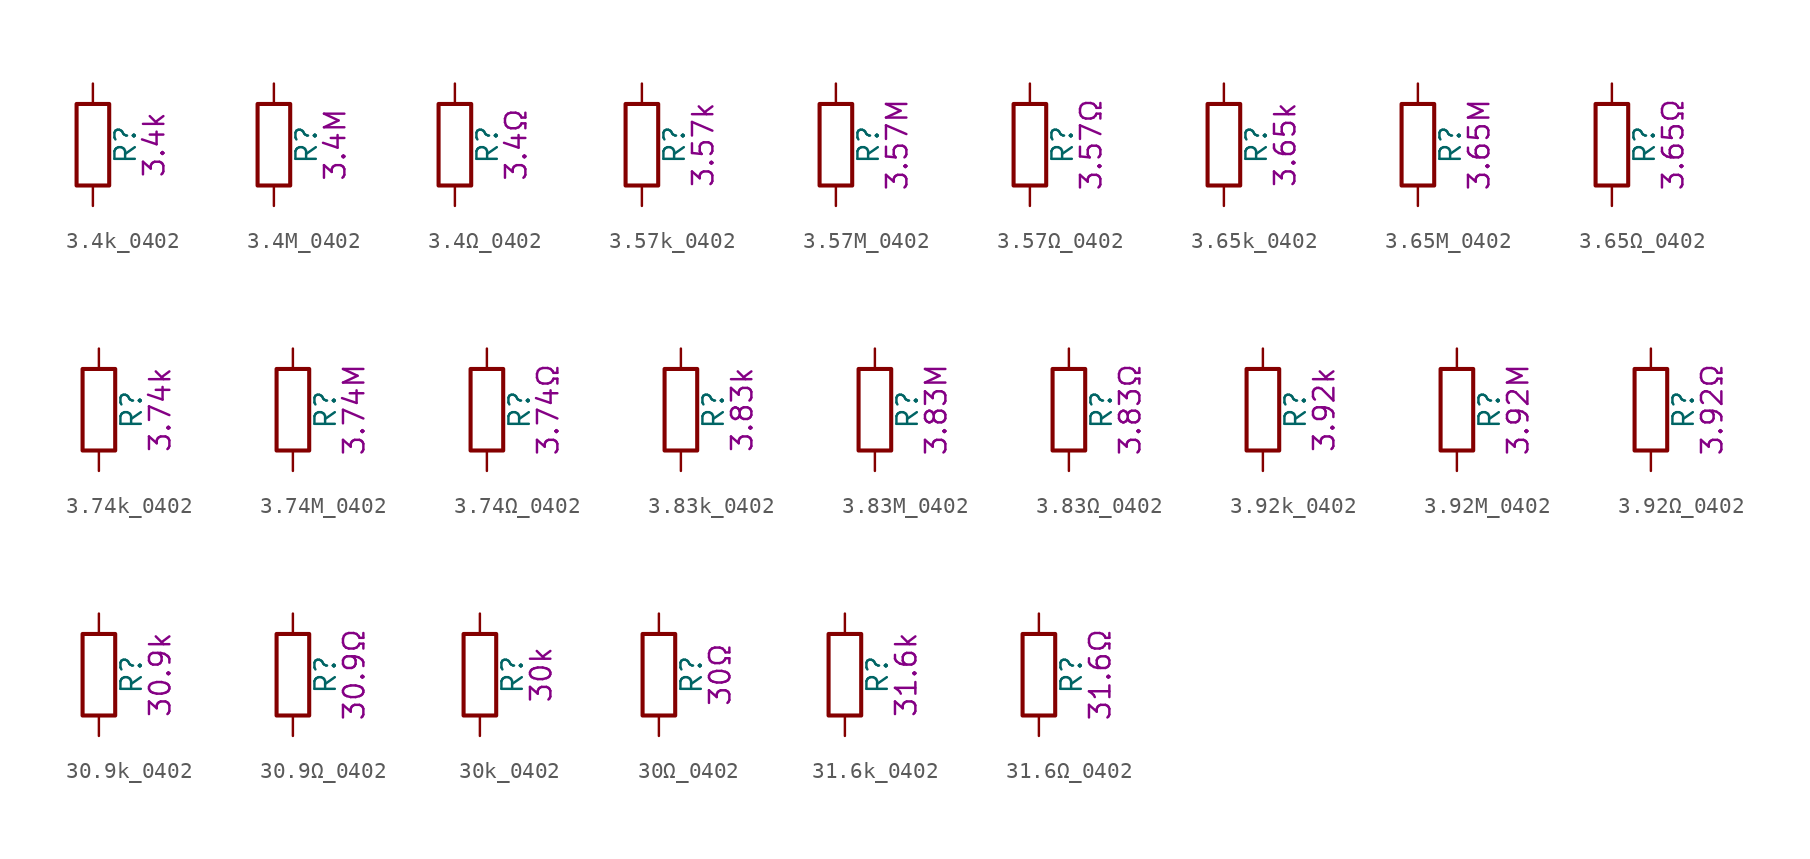
<source format=kicad_sym>
(kicad_symbol_lib
  (version 20211014)
  (generator kicad_symbol_editor)
  (symbol "3.4k_0402"
    (pin_numbers hide)
    (pin_names
      (offset 0))
    (property "Reference" "R"
      (at 2.032 0 90)
      (effects (font (size 1.27 1.27))))
    (property "Display" "3.4k"
      (at 3.81 0 90)
      (effects (font (size 1.27 1.27))))
    (symbol "3.4k_0402_0_1"
      (rectangle (start -1.016 -2.54) (end 1.016 2.54) (stroke (width 0.254) (type default) (color 0 0 0 0)) (fill (type none))))
    (symbol "3.4k_0402_1_1"
      (pin passive line (at 0 3.81 270) (length 1.27) (name "~" (effects (font (size 1.27 1.27)))) (number "1" (effects (font (size 1.27 1.27)))))
      (pin passive line (at 0 -3.81 90) (length 1.27) (name "~" (effects (font (size 1.27 1.27)))) (number "2" (effects (font (size 1.27 1.27)))))))
  (symbol "3.4M_0402"
    (pin_numbers hide)
    (pin_names
      (offset 0))
    (property "Reference" "R"
      (at 2.032 0 90)
      (effects (font (size 1.27 1.27))))
    (property "Display" "3.4M"
      (at 3.81 0 90)
      (effects (font (size 1.27 1.27))))
    (symbol "3.4M_0402_0_1"
      (rectangle (start -1.016 -2.54) (end 1.016 2.54) (stroke (width 0.254) (type default) (color 0 0 0 0)) (fill (type none))))
    (symbol "3.4M_0402_1_1"
      (pin passive line (at 0 3.81 270) (length 1.27) (name "~" (effects (font (size 1.27 1.27)))) (number "1" (effects (font (size 1.27 1.27)))))
      (pin passive line (at 0 -3.81 90) (length 1.27) (name "~" (effects (font (size 1.27 1.27)))) (number "2" (effects (font (size 1.27 1.27)))))))
  (symbol "3.4Ω_0402"
    (pin_numbers hide)
    (pin_names
      (offset 0))
    (property "Reference" "R"
      (at 2.032 0 90)
      (effects (font (size 1.27 1.27))))
    (property "Display" "3.4Ω"
      (at 3.81 0 90)
      (effects (font (size 1.27 1.27))))
    (symbol "3.4Ω_0402_0_1"
      (rectangle (start -1.016 -2.54) (end 1.016 2.54) (stroke (width 0.254) (type default) (color 0 0 0 0)) (fill (type none))))
    (symbol "3.4Ω_0402_1_1"
      (pin passive line (at 0 3.81 270) (length 1.27) (name "~" (effects (font (size 1.27 1.27)))) (number "1" (effects (font (size 1.27 1.27)))))
      (pin passive line (at 0 -3.81 90) (length 1.27) (name "~" (effects (font (size 1.27 1.27)))) (number "2" (effects (font (size 1.27 1.27)))))))
  (symbol "3.57k_0402"
    (pin_numbers hide)
    (pin_names
      (offset 0))
    (property "Reference" "R"
      (at 2.032 0 90)
      (effects (font (size 1.27 1.27))))
    (property "Display" "3.57k"
      (at 3.81 0 90)
      (effects (font (size 1.27 1.27))))
    (symbol "3.57k_0402_0_1"
      (rectangle (start -1.016 -2.54) (end 1.016 2.54) (stroke (width 0.254) (type default) (color 0 0 0 0)) (fill (type none))))
    (symbol "3.57k_0402_1_1"
      (pin passive line (at 0 3.81 270) (length 1.27) (name "~" (effects (font (size 1.27 1.27)))) (number "1" (effects (font (size 1.27 1.27)))))
      (pin passive line (at 0 -3.81 90) (length 1.27) (name "~" (effects (font (size 1.27 1.27)))) (number "2" (effects (font (size 1.27 1.27)))))))
  (symbol "3.57M_0402"
    (pin_numbers hide)
    (pin_names
      (offset 0))
    (property "Reference" "R"
      (at 2.032 0 90)
      (effects (font (size 1.27 1.27))))
    (property "Display" "3.57M"
      (at 3.81 0 90)
      (effects (font (size 1.27 1.27))))
    (symbol "3.57M_0402_0_1"
      (rectangle (start -1.016 -2.54) (end 1.016 2.54) (stroke (width 0.254) (type default) (color 0 0 0 0)) (fill (type none))))
    (symbol "3.57M_0402_1_1"
      (pin passive line (at 0 3.81 270) (length 1.27) (name "~" (effects (font (size 1.27 1.27)))) (number "1" (effects (font (size 1.27 1.27)))))
      (pin passive line (at 0 -3.81 90) (length 1.27) (name "~" (effects (font (size 1.27 1.27)))) (number "2" (effects (font (size 1.27 1.27)))))))
  (symbol "3.57Ω_0402"
    (pin_numbers hide)
    (pin_names
      (offset 0))
    (property "Reference" "R"
      (at 2.032 0 90)
      (effects (font (size 1.27 1.27))))
    (property "Display" "3.57Ω"
      (at 3.81 0 90)
      (effects (font (size 1.27 1.27))))
    (symbol "3.57Ω_0402_0_1"
      (rectangle (start -1.016 -2.54) (end 1.016 2.54) (stroke (width 0.254) (type default) (color 0 0 0 0)) (fill (type none))))
    (symbol "3.57Ω_0402_1_1"
      (pin passive line (at 0 3.81 270) (length 1.27) (name "~" (effects (font (size 1.27 1.27)))) (number "1" (effects (font (size 1.27 1.27)))))
      (pin passive line (at 0 -3.81 90) (length 1.27) (name "~" (effects (font (size 1.27 1.27)))) (number "2" (effects (font (size 1.27 1.27)))))))
  (symbol "3.65k_0402"
    (pin_numbers hide)
    (pin_names
      (offset 0))
    (property "Reference" "R"
      (at 2.032 0 90)
      (effects (font (size 1.27 1.27))))
    (property "Display" "3.65k"
      (at 3.81 0 90)
      (effects (font (size 1.27 1.27))))
    (symbol "3.65k_0402_0_1"
      (rectangle (start -1.016 -2.54) (end 1.016 2.54) (stroke (width 0.254) (type default) (color 0 0 0 0)) (fill (type none))))
    (symbol "3.65k_0402_1_1"
      (pin passive line (at 0 3.81 270) (length 1.27) (name "~" (effects (font (size 1.27 1.27)))) (number "1" (effects (font (size 1.27 1.27)))))
      (pin passive line (at 0 -3.81 90) (length 1.27) (name "~" (effects (font (size 1.27 1.27)))) (number "2" (effects (font (size 1.27 1.27)))))))
  (symbol "3.65M_0402"
    (pin_numbers hide)
    (pin_names
      (offset 0))
    (property "Reference" "R"
      (at 2.032 0 90)
      (effects (font (size 1.27 1.27))))
    (property "Display" "3.65M"
      (at 3.81 0 90)
      (effects (font (size 1.27 1.27))))
    (symbol "3.65M_0402_0_1"
      (rectangle (start -1.016 -2.54) (end 1.016 2.54) (stroke (width 0.254) (type default) (color 0 0 0 0)) (fill (type none))))
    (symbol "3.65M_0402_1_1"
      (pin passive line (at 0 3.81 270) (length 1.27) (name "~" (effects (font (size 1.27 1.27)))) (number "1" (effects (font (size 1.27 1.27)))))
      (pin passive line (at 0 -3.81 90) (length 1.27) (name "~" (effects (font (size 1.27 1.27)))) (number "2" (effects (font (size 1.27 1.27)))))))
  (symbol "3.65Ω_0402"
    (pin_numbers hide)
    (pin_names
      (offset 0))
    (property "Reference" "R"
      (at 2.032 0 90)
      (effects (font (size 1.27 1.27))))
    (property "Display" "3.65Ω"
      (at 3.81 0 90)
      (effects (font (size 1.27 1.27))))
    (symbol "3.65Ω_0402_0_1"
      (rectangle (start -1.016 -2.54) (end 1.016 2.54) (stroke (width 0.254) (type default) (color 0 0 0 0)) (fill (type none))))
    (symbol "3.65Ω_0402_1_1"
      (pin passive line (at 0 3.81 270) (length 1.27) (name "~" (effects (font (size 1.27 1.27)))) (number "1" (effects (font (size 1.27 1.27)))))
      (pin passive line (at 0 -3.81 90) (length 1.27) (name "~" (effects (font (size 1.27 1.27)))) (number "2" (effects (font (size 1.27 1.27)))))))
  (symbol "3.74k_0402"
    (pin_numbers hide)
    (pin_names
      (offset 0))
    (property "Reference" "R"
      (at 2.032 0 90)
      (effects (font (size 1.27 1.27))))
    (property "Display" "3.74k"
      (at 3.81 0 90)
      (effects (font (size 1.27 1.27))))
    (symbol "3.74k_0402_0_1"
      (rectangle (start -1.016 -2.54) (end 1.016 2.54) (stroke (width 0.254) (type default) (color 0 0 0 0)) (fill (type none))))
    (symbol "3.74k_0402_1_1"
      (pin passive line (at 0 3.81 270) (length 1.27) (name "~" (effects (font (size 1.27 1.27)))) (number "1" (effects (font (size 1.27 1.27)))))
      (pin passive line (at 0 -3.81 90) (length 1.27) (name "~" (effects (font (size 1.27 1.27)))) (number "2" (effects (font (size 1.27 1.27)))))))
  (symbol "3.74M_0402"
    (pin_numbers hide)
    (pin_names
      (offset 0))
    (property "Reference" "R"
      (at 2.032 0 90)
      (effects (font (size 1.27 1.27))))
    (property "Display" "3.74M"
      (at 3.81 0 90)
      (effects (font (size 1.27 1.27))))
    (symbol "3.74M_0402_0_1"
      (rectangle (start -1.016 -2.54) (end 1.016 2.54) (stroke (width 0.254) (type default) (color 0 0 0 0)) (fill (type none))))
    (symbol "3.74M_0402_1_1"
      (pin passive line (at 0 3.81 270) (length 1.27) (name "~" (effects (font (size 1.27 1.27)))) (number "1" (effects (font (size 1.27 1.27)))))
      (pin passive line (at 0 -3.81 90) (length 1.27) (name "~" (effects (font (size 1.27 1.27)))) (number "2" (effects (font (size 1.27 1.27)))))))
  (symbol "3.74Ω_0402"
    (pin_numbers hide)
    (pin_names
      (offset 0))
    (property "Reference" "R"
      (at 2.032 0 90)
      (effects (font (size 1.27 1.27))))
    (property "Display" "3.74Ω"
      (at 3.81 0 90)
      (effects (font (size 1.27 1.27))))
    (symbol "3.74Ω_0402_0_1"
      (rectangle (start -1.016 -2.54) (end 1.016 2.54) (stroke (width 0.254) (type default) (color 0 0 0 0)) (fill (type none))))
    (symbol "3.74Ω_0402_1_1"
      (pin passive line (at 0 3.81 270) (length 1.27) (name "~" (effects (font (size 1.27 1.27)))) (number "1" (effects (font (size 1.27 1.27)))))
      (pin passive line (at 0 -3.81 90) (length 1.27) (name "~" (effects (font (size 1.27 1.27)))) (number "2" (effects (font (size 1.27 1.27)))))))
  (symbol "3.83k_0402"
    (pin_numbers hide)
    (pin_names
      (offset 0))
    (property "Reference" "R"
      (at 2.032 0 90)
      (effects (font (size 1.27 1.27))))
    (property "Display" "3.83k"
      (at 3.81 0 90)
      (effects (font (size 1.27 1.27))))
    (symbol "3.83k_0402_0_1"
      (rectangle (start -1.016 -2.54) (end 1.016 2.54) (stroke (width 0.254) (type default) (color 0 0 0 0)) (fill (type none))))
    (symbol "3.83k_0402_1_1"
      (pin passive line (at 0 3.81 270) (length 1.27) (name "~" (effects (font (size 1.27 1.27)))) (number "1" (effects (font (size 1.27 1.27)))))
      (pin passive line (at 0 -3.81 90) (length 1.27) (name "~" (effects (font (size 1.27 1.27)))) (number "2" (effects (font (size 1.27 1.27)))))))
  (symbol "3.83M_0402"
    (pin_numbers hide)
    (pin_names
      (offset 0))
    (property "Reference" "R"
      (at 2.032 0 90)
      (effects (font (size 1.27 1.27))))
    (property "Display" "3.83M"
      (at 3.81 0 90)
      (effects (font (size 1.27 1.27))))
    (symbol "3.83M_0402_0_1"
      (rectangle (start -1.016 -2.54) (end 1.016 2.54) (stroke (width 0.254) (type default) (color 0 0 0 0)) (fill (type none))))
    (symbol "3.83M_0402_1_1"
      (pin passive line (at 0 3.81 270) (length 1.27) (name "~" (effects (font (size 1.27 1.27)))) (number "1" (effects (font (size 1.27 1.27)))))
      (pin passive line (at 0 -3.81 90) (length 1.27) (name "~" (effects (font (size 1.27 1.27)))) (number "2" (effects (font (size 1.27 1.27)))))))
  (symbol "3.83Ω_0402"
    (pin_numbers hide)
    (pin_names
      (offset 0))
    (property "Reference" "R"
      (at 2.032 0 90)
      (effects (font (size 1.27 1.27))))
    (property "Display" "3.83Ω"
      (at 3.81 0 90)
      (effects (font (size 1.27 1.27))))
    (symbol "3.83Ω_0402_0_1"
      (rectangle (start -1.016 -2.54) (end 1.016 2.54) (stroke (width 0.254) (type default) (color 0 0 0 0)) (fill (type none))))
    (symbol "3.83Ω_0402_1_1"
      (pin passive line (at 0 3.81 270) (length 1.27) (name "~" (effects (font (size 1.27 1.27)))) (number "1" (effects (font (size 1.27 1.27)))))
      (pin passive line (at 0 -3.81 90) (length 1.27) (name "~" (effects (font (size 1.27 1.27)))) (number "2" (effects (font (size 1.27 1.27)))))))
  (symbol "3.92k_0402"
    (pin_numbers hide)
    (pin_names
      (offset 0))
    (property "Reference" "R"
      (at 2.032 0 90)
      (effects (font (size 1.27 1.27))))
    (property "Display" "3.92k"
      (at 3.81 0 90)
      (effects (font (size 1.27 1.27))))
    (symbol "3.92k_0402_0_1"
      (rectangle (start -1.016 -2.54) (end 1.016 2.54) (stroke (width 0.254) (type default) (color 0 0 0 0)) (fill (type none))))
    (symbol "3.92k_0402_1_1"
      (pin passive line (at 0 3.81 270) (length 1.27) (name "~" (effects (font (size 1.27 1.27)))) (number "1" (effects (font (size 1.27 1.27)))))
      (pin passive line (at 0 -3.81 90) (length 1.27) (name "~" (effects (font (size 1.27 1.27)))) (number "2" (effects (font (size 1.27 1.27)))))))
  (symbol "3.92M_0402"
    (pin_numbers hide)
    (pin_names
      (offset 0))
    (property "Reference" "R"
      (at 2.032 0 90)
      (effects (font (size 1.27 1.27))))
    (property "Display" "3.92M"
      (at 3.81 0 90)
      (effects (font (size 1.27 1.27))))
    (symbol "3.92M_0402_0_1"
      (rectangle (start -1.016 -2.54) (end 1.016 2.54) (stroke (width 0.254) (type default) (color 0 0 0 0)) (fill (type none))))
    (symbol "3.92M_0402_1_1"
      (pin passive line (at 0 3.81 270) (length 1.27) (name "~" (effects (font (size 1.27 1.27)))) (number "1" (effects (font (size 1.27 1.27)))))
      (pin passive line (at 0 -3.81 90) (length 1.27) (name "~" (effects (font (size 1.27 1.27)))) (number "2" (effects (font (size 1.27 1.27)))))))
  (symbol "3.92Ω_0402"
    (pin_numbers hide)
    (pin_names
      (offset 0))
    (property "Reference" "R"
      (at 2.032 0 90)
      (effects (font (size 1.27 1.27))))
    (property "Display" "3.92Ω"
      (at 3.81 0 90)
      (effects (font (size 1.27 1.27))))
    (symbol "3.92Ω_0402_0_1"
      (rectangle (start -1.016 -2.54) (end 1.016 2.54) (stroke (width 0.254) (type default) (color 0 0 0 0)) (fill (type none))))
    (symbol "3.92Ω_0402_1_1"
      (pin passive line (at 0 3.81 270) (length 1.27) (name "~" (effects (font (size 1.27 1.27)))) (number "1" (effects (font (size 1.27 1.27)))))
      (pin passive line (at 0 -3.81 90) (length 1.27) (name "~" (effects (font (size 1.27 1.27)))) (number "2" (effects (font (size 1.27 1.27)))))))
  (symbol "30.9k_0402"
    (pin_numbers hide)
    (pin_names
      (offset 0))
    (property "Reference" "R"
      (at 2.032 0 90)
      (effects (font (size 1.27 1.27))))
    (property "Display" "30.9k"
      (at 3.81 0 90)
      (effects (font (size 1.27 1.27))))
    (symbol "30.9k_0402_0_1"
      (rectangle (start -1.016 -2.54) (end 1.016 2.54) (stroke (width 0.254) (type default) (color 0 0 0 0)) (fill (type none))))
    (symbol "30.9k_0402_1_1"
      (pin passive line (at 0 3.81 270) (length 1.27) (name "~" (effects (font (size 1.27 1.27)))) (number "1" (effects (font (size 1.27 1.27)))))
      (pin passive line (at 0 -3.81 90) (length 1.27) (name "~" (effects (font (size 1.27 1.27)))) (number "2" (effects (font (size 1.27 1.27)))))))
  (symbol "30.9Ω_0402"
    (pin_numbers hide)
    (pin_names
      (offset 0))
    (property "Reference" "R"
      (at 2.032 0 90)
      (effects (font (size 1.27 1.27))))
    (property "Display" "30.9Ω"
      (at 3.81 0 90)
      (effects (font (size 1.27 1.27))))
    (symbol "30.9Ω_0402_0_1"
      (rectangle (start -1.016 -2.54) (end 1.016 2.54) (stroke (width 0.254) (type default) (color 0 0 0 0)) (fill (type none))))
    (symbol "30.9Ω_0402_1_1"
      (pin passive line (at 0 3.81 270) (length 1.27) (name "~" (effects (font (size 1.27 1.27)))) (number "1" (effects (font (size 1.27 1.27)))))
      (pin passive line (at 0 -3.81 90) (length 1.27) (name "~" (effects (font (size 1.27 1.27)))) (number "2" (effects (font (size 1.27 1.27)))))))
  (symbol "30k_0402"
    (pin_numbers hide)
    (pin_names
      (offset 0))
    (property "Reference" "R"
      (at 2.032 0 90)
      (effects (font (size 1.27 1.27))))
    (property "Display" "30k"
      (at 3.81 0 90)
      (effects (font (size 1.27 1.27))))
    (symbol "30k_0402_0_1"
      (rectangle (start -1.016 -2.54) (end 1.016 2.54) (stroke (width 0.254) (type default) (color 0 0 0 0)) (fill (type none))))
    (symbol "30k_0402_1_1"
      (pin passive line (at 0 3.81 270) (length 1.27) (name "~" (effects (font (size 1.27 1.27)))) (number "1" (effects (font (size 1.27 1.27)))))
      (pin passive line (at 0 -3.81 90) (length 1.27) (name "~" (effects (font (size 1.27 1.27)))) (number "2" (effects (font (size 1.27 1.27)))))))
  (symbol "30Ω_0402"
    (pin_numbers hide)
    (pin_names
      (offset 0))
    (property "Reference" "R"
      (at 2.032 0 90)
      (effects (font (size 1.27 1.27))))
    (property "Display" "30Ω"
      (at 3.81 0 90)
      (effects (font (size 1.27 1.27))))
    (symbol "30Ω_0402_0_1"
      (rectangle (start -1.016 -2.54) (end 1.016 2.54) (stroke (width 0.254) (type default) (color 0 0 0 0)) (fill (type none))))
    (symbol "30Ω_0402_1_1"
      (pin passive line (at 0 3.81 270) (length 1.27) (name "~" (effects (font (size 1.27 1.27)))) (number "1" (effects (font (size 1.27 1.27)))))
      (pin passive line (at 0 -3.81 90) (length 1.27) (name "~" (effects (font (size 1.27 1.27)))) (number "2" (effects (font (size 1.27 1.27)))))))
  (symbol "31.6k_0402"
    (pin_numbers hide)
    (pin_names
      (offset 0))
    (property "Reference" "R"
      (at 2.032 0 90)
      (effects (font (size 1.27 1.27))))
    (property "Display" "31.6k"
      (at 3.81 0 90)
      (effects (font (size 1.27 1.27))))
    (symbol "31.6k_0402_0_1"
      (rectangle (start -1.016 -2.54) (end 1.016 2.54) (stroke (width 0.254) (type default) (color 0 0 0 0)) (fill (type none))))
    (symbol "31.6k_0402_1_1"
      (pin passive line (at 0 3.81 270) (length 1.27) (name "~" (effects (font (size 1.27 1.27)))) (number "1" (effects (font (size 1.27 1.27)))))
      (pin passive line (at 0 -3.81 90) (length 1.27) (name "~" (effects (font (size 1.27 1.27)))) (number "2" (effects (font (size 1.27 1.27)))))))
  (symbol "31.6Ω_0402"
    (pin_numbers hide)
    (pin_names
      (offset 0))
    (property "Reference" "R"
      (at 2.032 0 90)
      (effects (font (size 1.27 1.27))))
    (property "Display" "31.6Ω"
      (at 3.81 0 90)
      (effects (font (size 1.27 1.27))))
    (symbol "31.6Ω_0402_0_1"
      (rectangle (start -1.016 -2.54) (end 1.016 2.54) (stroke (width 0.254) (type default) (color 0 0 0 0)) (fill (type none))))
    (symbol "31.6Ω_0402_1_1"
      (pin passive line (at 0 3.81 270) (length 1.27) (name "~" (effects (font (size 1.27 1.27)))) (number "1" (effects (font (size 1.27 1.27)))))
      (pin passive line (at 0 -3.81 90) (length 1.27) (name "~" (effects (font (size 1.27 1.27)))) (number "2" (effects (font (size 1.27 1.27))))))))
</source>
